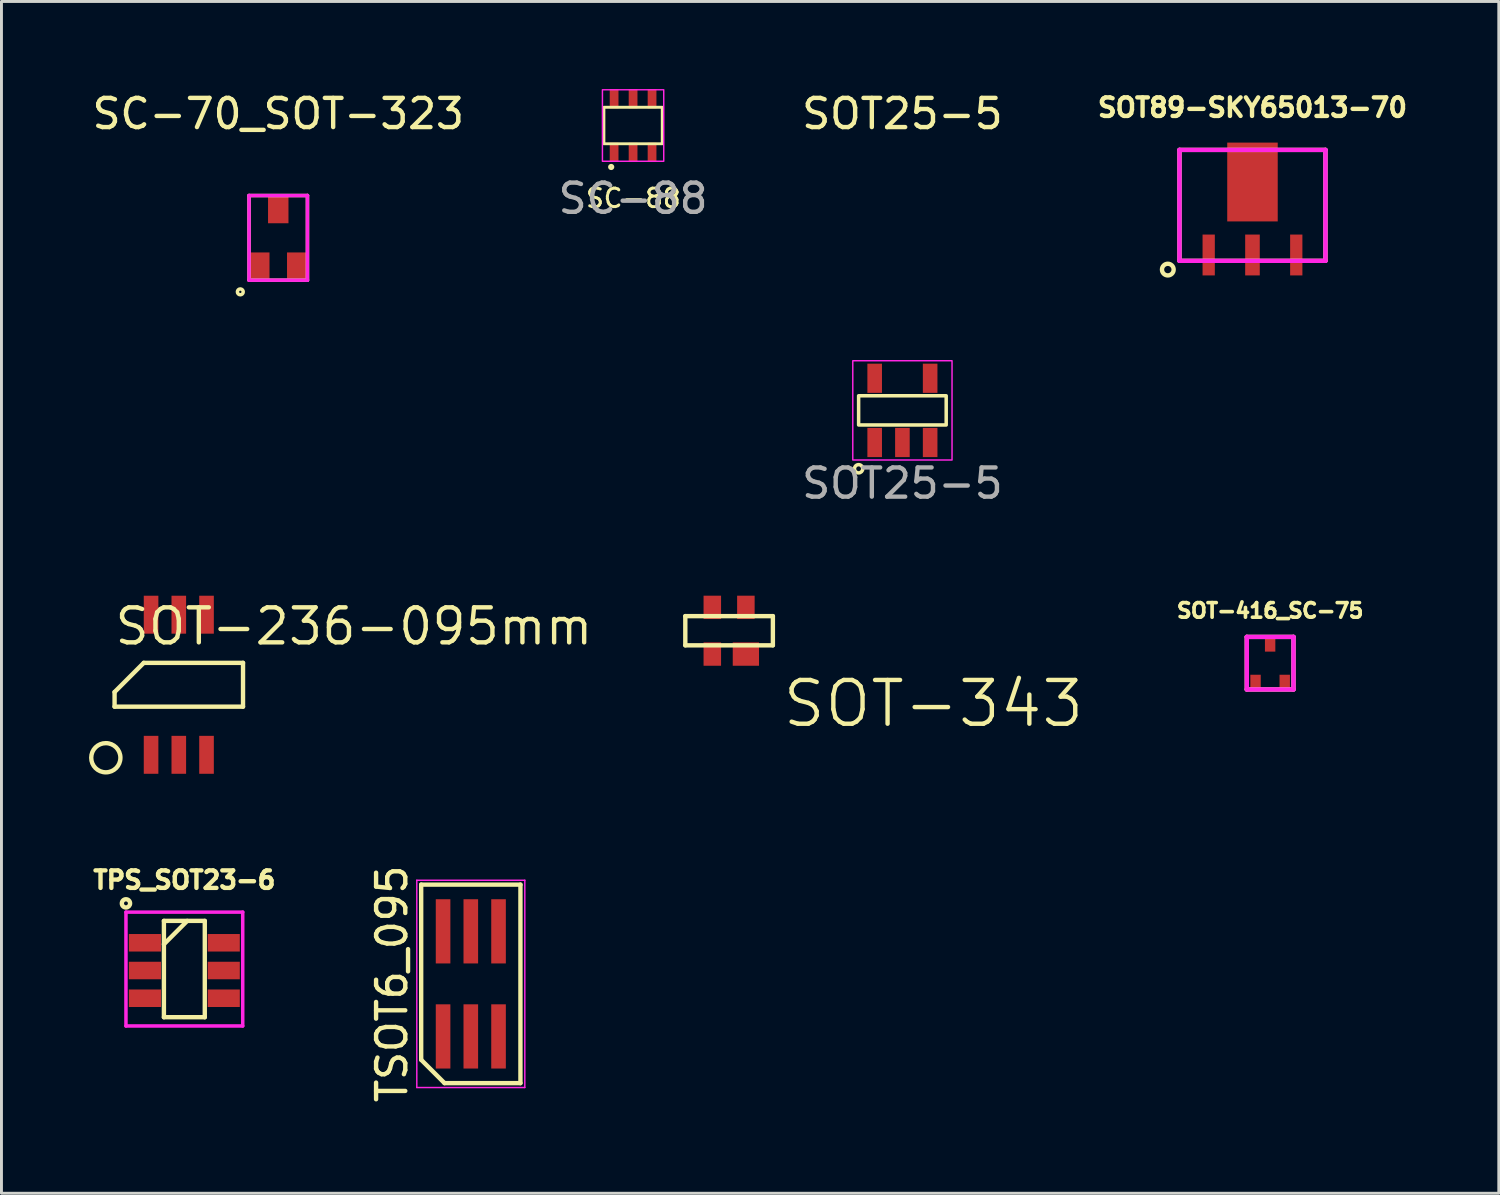
<source format=kicad_pcb>
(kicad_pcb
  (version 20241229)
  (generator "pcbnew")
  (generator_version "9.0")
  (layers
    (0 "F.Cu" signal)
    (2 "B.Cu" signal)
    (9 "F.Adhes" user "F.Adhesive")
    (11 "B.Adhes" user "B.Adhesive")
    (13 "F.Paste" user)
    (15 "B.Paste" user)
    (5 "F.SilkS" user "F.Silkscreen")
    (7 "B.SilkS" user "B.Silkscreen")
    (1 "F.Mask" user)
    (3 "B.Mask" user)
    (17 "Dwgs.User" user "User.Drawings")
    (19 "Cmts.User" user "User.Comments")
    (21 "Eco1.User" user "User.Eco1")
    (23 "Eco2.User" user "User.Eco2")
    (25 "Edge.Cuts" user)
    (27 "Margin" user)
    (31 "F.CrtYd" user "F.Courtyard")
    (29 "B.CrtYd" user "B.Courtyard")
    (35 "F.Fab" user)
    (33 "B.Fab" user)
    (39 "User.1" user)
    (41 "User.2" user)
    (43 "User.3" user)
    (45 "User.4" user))
  (footprint "SOT-416_SC-75"
    (layer "F.Cu")
    (at 40.46 19.668)
    (property "Reference" "SOT-416_SC-75" (at 0 -1.8 0) (layer "F.SilkS") (effects (font (size 0.5 0.5) (thickness 0.125))))
    (attr through_hole)
    (fp_line (start -0.8 -0.9) (end 0.8 -0.9) (stroke (width 0.15) (type solid)) (layer "F.SilkS"))
    (fp_line (start -0.8 0.9) (end -0.8 -0.9) (stroke (width 0.15) (type solid)) (layer "F.SilkS"))
    (fp_line (start 0.8 -0.9) (end 0.8 0.9) (stroke (width 0.15) (type solid)) (layer "F.SilkS"))
    (fp_line (start 0.8 0.9) (end -0.8 0.9) (stroke (width 0.15) (type solid)) (layer "F.SilkS"))
    (fp_line (start -0.8 -0.9) (end -0.8 0.9) (stroke (width 0.15) (type solid)) (layer "F.CrtYd"))
    (fp_line (start -0.8 0.9) (end 0.8 0.9) (stroke (width 0.15) (type solid)) (layer "F.CrtYd"))
    (fp_line (start 0.8 -0.9) (end -0.8 -0.9) (stroke (width 0.15) (type solid)) (layer "F.CrtYd"))
    (fp_line (start 0.8 0.9) (end 0.8 -0.9) (stroke (width 0.15) (type solid)) (layer "F.CrtYd"))
    (pad "1" smd rect (at -0.5 0.65) (size 0.356 0.508) (layers "F.Cu" "F.Mask" "F.Paste"))
    (pad "2" smd rect (at 0.5 0.65) (size 0.356 0.508) (layers "F.Cu" "F.Mask" "F.Paste"))
    (pad "3" smd rect (at 0 -0.65) (size 0.356 0.508) (layers "F.Cu" "F.Mask" "F.Paste")))
  (footprint "SOT-236-095mm"
    (layer "F.Cu")
    (at 3.075 20.407)
    (property "Reference" "SOT-236-095mm" (at 6 -2 180) (layer "F.SilkS") (effects (font (size 1.2 1.2) (thickness 0.15))))
    (attr through_hole)
    (fp_line (start -2.2 0.25) (end -2.2 0.75) (stroke (width 0.15) (type solid)) (layer "F.SilkS"))
    (fp_line (start -2.2 0.75) (end 2.2 0.75) (stroke (width 0.15) (type solid)) (layer "F.SilkS"))
    (fp_line (start -1.2 -0.75) (end -2.2 0.25) (stroke (width 0.15) (type solid)) (layer "F.SilkS"))
    (fp_line (start 2.2 -0.75) (end -1.2 -0.75) (stroke (width 0.15) (type solid)) (layer "F.SilkS"))
    (fp_line (start 2.2 0.75) (end 2.2 -0.75) (stroke (width 0.15) (type solid)) (layer "F.SilkS"))
    (fp_circle (center -2.5 2.5) (end -2 2.5) (stroke (width 0.15) (type solid)) (fill no) (layer "F.SilkS"))
    (pad "1" smd rect (at -0.95 2.4) (size 0.5 1.3) (layers "F.Cu" "F.Mask" "F.Paste"))
    (pad "2" smd rect (at 0 2.4) (size 0.5 1.3) (layers "F.Cu" "F.Mask" "F.Paste"))
    (pad "3" smd rect (at 0.95 2.4) (size 0.5 1.3) (layers "F.Cu" "F.Mask" "F.Paste"))
    (pad "4" smd rect (at 0.95 -2.4) (size 0.5 1.3) (layers "F.Cu" "F.Mask" "F.Paste"))
    (pad "5" smd rect (at 0 -2.4) (size 0.5 1.3) (layers "F.Cu" "F.Mask" "F.Paste"))
    (pad "6" smd rect (at -0.95 -2.4) (size 0.5 1.3) (layers "F.Cu" "F.Mask" "F.Paste")))
  (footprint "SOT-343"
    (layer "F.Cu")
    (at 21.926 18.556)
    (property "Reference" "SOT-343" (at 7 2.5 0) (layer "F.SilkS") (effects (font (size 1.5 1.5) (thickness 0.15))))
    (attr through_hole)
    (fp_line (start -1.5 -0.5) (end 1.5 -0.5) (stroke (width 0.15) (type solid)) (layer "F.SilkS"))
    (fp_line (start -1.5 0.5) (end -1.5 -0.5) (stroke (width 0.15) (type solid)) (layer "F.SilkS"))
    (fp_line (start 1.5 -0.5) (end 1.5 0.5) (stroke (width 0.15) (type solid)) (layer "F.SilkS"))
    (fp_line (start 1.5 0.5) (end -1.5 0.5) (stroke (width 0.15) (type solid)) (layer "F.SilkS"))
    (pad "1" smd rect (at -0.575 0.8) (size 0.6 0.8) (layers "F.Cu" "F.Mask" "F.Paste"))
    (pad "2" smd rect (at 0.575 0.8) (size 0.9 0.8) (layers "F.Cu" "F.Mask" "F.Paste"))
    (pad "3" smd rect (at 0.575 -0.8) (size 0.6 0.8) (layers "F.Cu" "F.Mask" "F.Paste"))
    (pad "4" smd rect (at -0.575 -0.8) (size 0.6 0.8) (layers "F.Cu" "F.Mask" "F.Paste")))
  (footprint "SC-70_SOT-323"
    (layer "F.Cu")
    (at 6.482 6.048)
    (property "Reference" "SC-70_SOT-323" (at 0 -5.2 0) (layer "F.SilkS") (effects (font (size 1 1) (thickness 0.15))))
    (attr through_hole)
    (fp_line (start -1 -2.4) (end 1 -2.4) (stroke (width 0.12) (type solid)) (layer "F.SilkS"))
    (fp_line (start -1 0.5) (end -1 -2.4) (stroke (width 0.12) (type solid)) (layer "F.SilkS"))
    (fp_line (start 1 -2.4) (end 1 0.5) (stroke (width 0.12) (type solid)) (layer "F.SilkS"))
    (fp_line (start 1 0.5) (end -1 0.5) (stroke (width 0.12) (type solid)) (layer "F.SilkS"))
    (fp_circle (center -1.3 0.9) (end -1.3 1) (stroke (width 0.12) (type solid)) (fill no) (layer "F.SilkS"))
    (fp_line (start -1 -2.4) (end 1 -2.4) (stroke (width 0.12) (type solid)) (layer "F.CrtYd"))
    (fp_line (start -1 0.5) (end -1 -2.4) (stroke (width 0.12) (type solid)) (layer "F.CrtYd"))
    (fp_line (start 1 -2.4) (end 1 0.5) (stroke (width 0.12) (type solid)) (layer "F.CrtYd"))
    (fp_line (start 1 0.5) (end -1 0.5) (stroke (width 0.12) (type solid)) (layer "F.CrtYd"))
    (pad "1" smd rect (at -0.65 0) (size 0.7 0.9) (layers "F.Cu" "F.Mask" "F.Paste"))
    (pad "2" smd rect (at 0.65 0) (size 0.7 0.9) (layers "F.Cu" "F.Mask" "F.Paste"))
    (pad "3" smd rect (at 0 -1.9) (size 0.7 0.9) (layers "F.Cu" "F.Mask" "F.Paste")))
  (footprint "SC-88"
    (layer "F.Cu")
    (at 18.637 1.25)
    (property "Reference" "SC-88" (at 0.01 2.49 0) (unlocked yes) (layer "F.SilkS") (effects (font (size 0.635 0.635) (thickness 0.1))))
    (attr smd)
    (fp_rect (start -1 -0.625) (end 1 0.625) (stroke (width 0.1) (type solid)) (fill no) (layer "F.SilkS"))
    (fp_circle (center -0.75 1.42) (end -0.71 1.46) (stroke (width 0.1) (type default)) (fill no) (layer "F.SilkS"))
    (fp_rect (start -1.05 -1.225) (end 1.05 1.225) (stroke (width 0.05) (type solid)) (fill no) (layer "F.CrtYd"))
    (fp_text user "${REFERENCE}" (at 0 2.5 0) (unlocked yes) (layer "F.Fab") (effects (font (size 1 1) (thickness 0.15))))
    (pad "1" smd rect (at -0.65 0.92) (size 0.3 0.66) (layers "F.Cu" "F.Mask" "F.Paste"))
    (pad "2" smd rect (at 0 0.92) (size 0.3 0.66) (layers "F.Cu" "F.Mask" "F.Paste"))
    (pad "3" smd rect (at 0.65 0.92) (size 0.3 0.66) (layers "F.Cu" "F.Mask" "F.Paste"))
    (pad "4" smd rect (at 0.65 -0.92) (size 0.3 0.66) (layers "F.Cu" "F.Mask" "F.Paste"))
    (pad "5" smd rect (at 0 -0.92) (size 0.3 0.66) (layers "F.Cu" "F.Mask" "F.Paste"))
    (pad "6" smd rect (at -0.65 -0.92) (size 0.3 0.66) (layers "F.Cu" "F.Mask" "F.Paste")))
  (footprint "TPS_SOT23-6"
    (layer "F.Cu")
    (at 3.265 30.196)
    (property "Reference" "TPS_SOT23-6" (at 0 -3.1 0) (layer "F.SilkS") (effects (font (size 0.6 0.6) (thickness 0.15))))
    (attr through_hole)
    (fp_line (start -0.7 -1.7) (end 0.7 -1.7) (stroke (width 0.15) (type solid)) (layer "F.SilkS"))
    (fp_line (start -0.7 -0.9) (end 0.1 -1.7) (stroke (width 0.15) (type solid)) (layer "F.SilkS"))
    (fp_line (start -0.7 1.6) (end -0.7 -1.7) (stroke (width 0.15) (type solid)) (layer "F.SilkS"))
    (fp_line (start 0.7 -1.7) (end 0.7 1.6) (stroke (width 0.15) (type solid)) (layer "F.SilkS"))
    (fp_line (start 0.7 1.6) (end -0.7 1.6) (stroke (width 0.15) (type solid)) (layer "F.SilkS"))
    (fp_circle (center -2 -2.3) (end -1.9 -2.2) (stroke (width 0.15) (type solid)) (fill no) (layer "F.SilkS"))
    (fp_line (start -2 -2) (end 2 -2) (stroke (width 0.12) (type solid)) (layer "F.CrtYd"))
    (fp_line (start -2 1.9) (end -2 -2) (stroke (width 0.12) (type solid)) (layer "F.CrtYd"))
    (fp_line (start 2 -2) (end 2 1.9) (stroke (width 0.12) (type solid)) (layer "F.CrtYd"))
    (fp_line (start 2 1.9) (end -2 1.9) (stroke (width 0.12) (type solid)) (layer "F.CrtYd"))
    (pad "1" smd rect (at -1.35 -0.95) (size 1.1 0.6) (layers "F.Cu" "F.Mask" "F.Paste"))
    (pad "2" smd rect (at -1.35 0) (size 1.1 0.6) (layers "F.Cu" "F.Mask" "F.Paste"))
    (pad "3" smd rect (at -1.35 0.95) (size 1.1 0.6) (layers "F.Cu" "F.Mask" "F.Paste"))
    (pad "4" smd rect (at 1.35 0.95) (size 1.1 0.6) (layers "F.Cu" "F.Mask" "F.Paste"))
    (pad "5" smd rect (at 1.35 0) (size 1.1 0.6) (layers "F.Cu" "F.Mask" "F.Paste"))
    (pad "6" smd rect (at 1.35 -0.95) (size 1.1 0.6) (layers "F.Cu" "F.Mask" "F.Paste")))
  (footprint "TSOT6_095"
    (layer "F.Cu")
    (at 13.078 30.654)
    (property "Reference" "TSOT6_095" (at -2.7 0 90) (layer "F.SilkS") (effects (font (size 1 1) (thickness 0.15))))
    (attr smd)
    (fp_line (start -1.7 -3.4) (end 1.7 -3.4) (stroke (width 0.15) (type solid)) (layer "F.SilkS"))
    (fp_line (start -1.7 2.6) (end -1.7 -3.4) (stroke (width 0.15) (type solid)) (layer "F.SilkS"))
    (fp_line (start -0.9 3.4) (end -1.7 2.6) (stroke (width 0.15) (type solid)) (layer "F.SilkS"))
    (fp_line (start 1.7 -3.4) (end 1.7 3.4) (stroke (width 0.15) (type solid)) (layer "F.SilkS"))
    (fp_line (start 1.7 3.4) (end -0.9 3.4) (stroke (width 0.15) (type solid)) (layer "F.SilkS"))
    (fp_line (start -1.85 -3.55) (end 1.85 -3.55) (stroke (width 0.05) (type solid)) (layer "F.CrtYd"))
    (fp_line (start -1.85 3.55) (end -1.85 -3.55) (stroke (width 0.05) (type solid)) (layer "F.CrtYd"))
    (fp_line (start 1.85 -3.55) (end 1.85 3.55) (stroke (width 0.05) (type solid)) (layer "F.CrtYd"))
    (fp_line (start 1.85 3.55) (end -1.85 3.55) (stroke (width 0.05) (type solid)) (layer "F.CrtYd"))
    (pad "1" smd rect (at -0.95 1.8) (size 0.5 2.2) (layers "F.Cu" "F.Mask" "F.Paste"))
    (pad "2" smd rect (at 0 1.8) (size 0.5 2.2) (layers "F.Cu" "F.Mask" "F.Paste"))
    (pad "3" smd rect (at 0.95 1.8) (size 0.5 2.2) (layers "F.Cu" "F.Mask" "F.Paste"))
    (pad "4" smd rect (at 0.95 -1.8) (size 0.5 2.2) (layers "F.Cu" "F.Mask" "F.Paste"))
    (pad "5" smd rect (at 0 -1.8) (size 0.5 2.2) (layers "F.Cu" "F.Mask" "F.Paste"))
    (pad "6" smd rect (at -0.95 -1.8) (size 0.5 2.2) (layers "F.Cu" "F.Mask" "F.Paste")))
  (footprint "SOT25-5"
    (layer "F.Cu")
    (at 27.863 11.008)
    (property "Reference" "SOT25-5" (at 0 -10.16 0) (unlocked yes) (layer "F.SilkS") (effects (font (size 1 1) (thickness 0.15))))
    (attr smd)
    (fp_rect (start -1.5 -0.5) (end 1.5 0.5) (stroke (width 0.12) (type solid)) (fill no) (layer "F.SilkS"))
    (fp_circle (center -1.5 2) (end -1.6 2.1) (stroke (width 0.12) (type solid)) (fill no) (layer "F.SilkS"))
    (fp_rect (start -1.7 -1.7) (end 1.7 1.7) (stroke (width 0.05) (type solid)) (fill no) (layer "F.CrtYd"))
    (fp_text user "${REFERENCE}" (at 0 2.5 0) (unlocked yes) (layer "F.Fab") (effects (font (size 1 1) (thickness 0.15))))
    (pad "1" smd rect (at -0.95 1.1) (size 0.5 1) (layers "F.Cu" "F.Mask" "F.Paste"))
    (pad "2" smd rect (at 0 1.1) (size 0.5 1) (layers "F.Cu" "F.Mask" "F.Paste"))
    (pad "3" smd rect (at 0.95 1.1) (size 0.5 1) (layers "F.Cu" "F.Mask" "F.Paste"))
    (pad "4" smd rect (at 0.95 -1.1) (size 0.5 1) (layers "F.Cu" "F.Mask" "F.Paste"))
    (pad "5" smd rect (at -0.95 -1.1) (size 0.5 1) (layers "F.Cu" "F.Mask" "F.Paste")))
  (footprint "SOT89-SKY65013-70"
    (layer "F.Cu")
    (at 39.855 6.385)
    (property "Reference" "SOT89-SKY65013-70" (at 0 -5.75 0) (layer "F.SilkS") (effects (font (size 0.635 0.635) (thickness 0.15))))
    (attr through_hole)
    (fp_line (start -2.5 -4.3) (end 2.5 -4.3) (stroke (width 0.15) (type solid)) (layer "F.SilkS"))
    (fp_line (start -2.5 -0.5) (end -2.5 -4.3) (stroke (width 0.15) (type solid)) (layer "F.SilkS"))
    (fp_line (start 2.5 -4.3) (end 2.5 -0.5) (stroke (width 0.15) (type solid)) (layer "F.SilkS"))
    (fp_line (start 2.5 -0.5) (end -2.5 -0.5) (stroke (width 0.15) (type solid)) (layer "F.SilkS"))
    (fp_circle (center -2.9 -0.2) (end -2.7 -0.2) (stroke (width 0.15) (type solid)) (fill no) (layer "F.SilkS"))
    (fp_line (start -2.5 -4.3) (end 2.5 -4.3) (stroke (width 0.15) (type solid)) (layer "F.CrtYd"))
    (fp_line (start -2.5 -0.5) (end -2.5 -4.3) (stroke (width 0.15) (type solid)) (layer "F.CrtYd"))
    (fp_line (start 2.5 -4.3) (end 2.5 -0.5) (stroke (width 0.15) (type solid)) (layer "F.CrtYd"))
    (fp_line (start 2.5 -0.5) (end -2.5 -0.5) (stroke (width 0.15) (type solid)) (layer "F.CrtYd"))
    (pad "1" smd rect (at -1.5 -0.7) (size 0.42 1.4) (layers "F.Cu" "F.Mask" "F.Paste"))
    (pad "2" smd rect (at 0 -0.7) (size 0.5 1.4) (layers "F.Cu" "F.Mask" "F.Paste"))
    (pad "3" smd rect (at 1.5 -0.7) (size 0.42 1.4) (layers "F.Cu" "F.Mask" "F.Paste"))
    (pad "4" smd rect (at 0 -3.2) (size 1.73 2.7) (layers "F.Cu" "F.Mask" "F.Paste")))
  (gr_rect
    (start -3 -3)
    (end 48.293 37.827)
    (stroke (width 0.1) (type default))
    (fill no)
    (layer "Edge.Cuts")))
</source>
